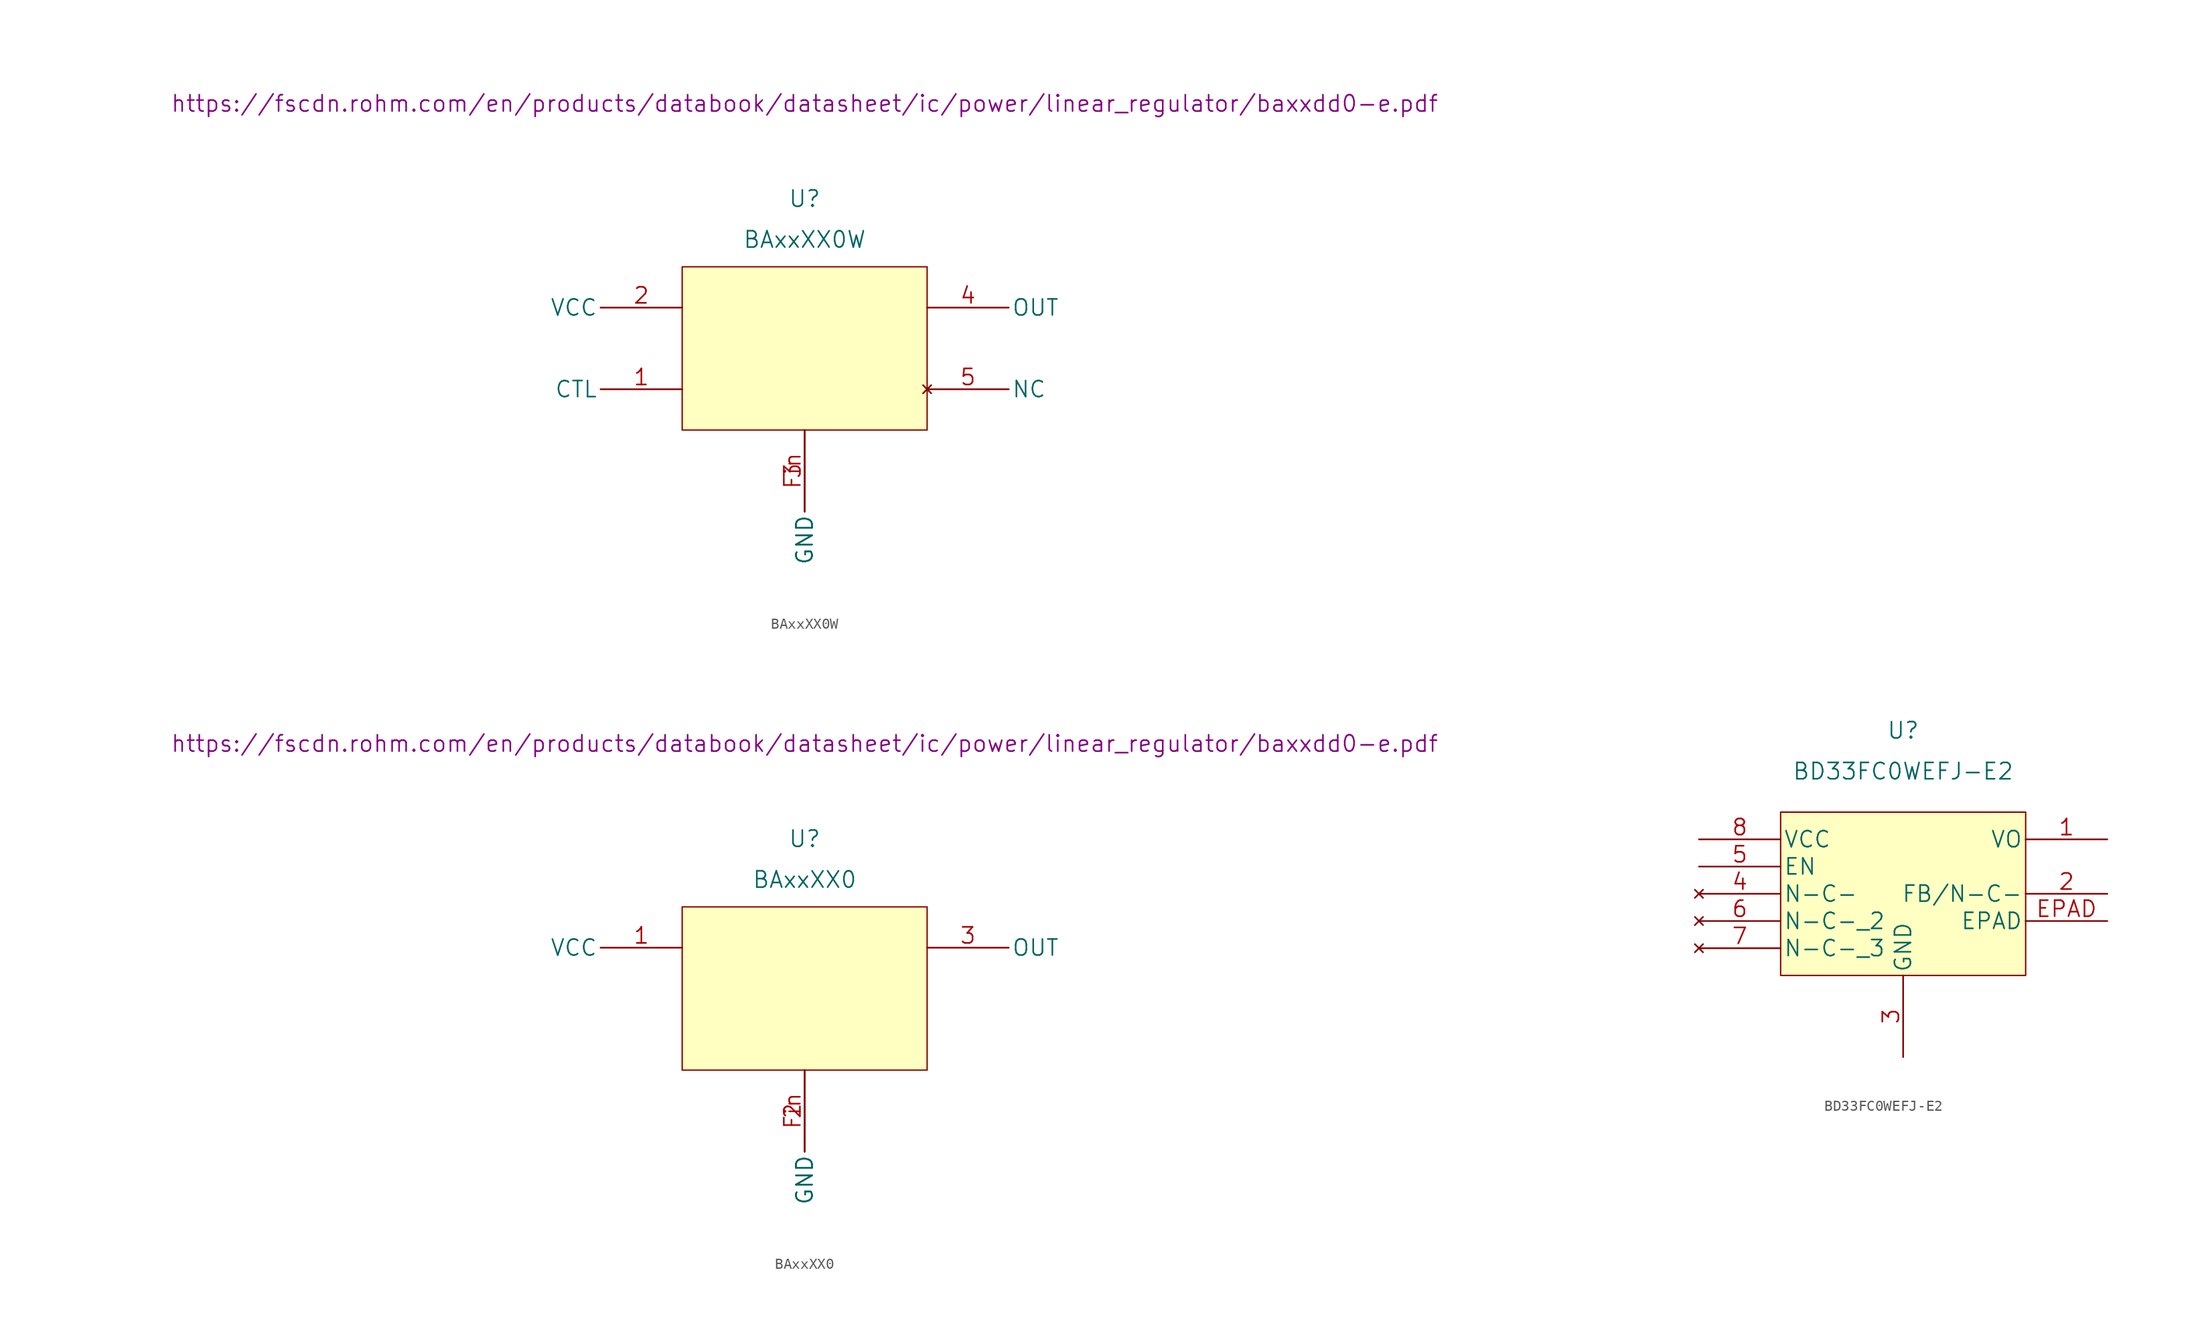
<source format=kicad_sym>
(kicad_symbol_lib
  (version 20211014)
  (generator kicad_symbol_editor)
  (symbol "BAxxXX0W"
    (pin_names
      (offset 0.254))
    (property "Reference" "U"
      (at 0 13.97 0)
      (effects (font (size 1.524 1.524))))
    (property "Value" "BAxxXX0W"
      (at 0 10.16 0)
      (effects (font (size 1.524 1.524))))
    (property "Datasheet" "https://fscdn.rohm.com/en/products/databook/datasheet/ic/power/linear_regulator/baxxdd0-e.pdf"
      (at 0 22.86 0)
      (effects (font (size 1.524 1.524))))
    (symbol "BAxxXX0W_1_1"
      (rectangle (start -11.43 7.62) (end 11.43 -7.62) (stroke (width 0.127) (type default) (color 0 0 0 0)) (fill (type background)))
      (pin input line (at -11.43 -3.81 180) (length 7.62) (name "CTL" (effects (font (size 1.499 1.499)))) (number "1" (effects (font (size 1.499 1.499)))))
      (pin power_in line (at -11.43 3.81 180) (length 7.62) (name "VCC" (effects (font (size 1.499 1.499)))) (number "2" (effects (font (size 1.499 1.499)))))
      (pin power_in line (at 0 -7.62 270) (length 7.62) (name "GND" (effects (font (size 1.499 1.499)))) (number "3" (effects (font (size 1.499 1.499)))))
      (pin power_out line (at 11.43 3.81 0) (length 7.62) (name "OUT" (effects (font (size 1.499 1.499)))) (number "4" (effects (font (size 1.499 1.499)))))
      (pin no_connect line (at 11.43 -3.81 0) (length 7.62) (name "NC" (effects (font (size 1.499 1.499)))) (number "5" (effects (font (size 1.499 1.499)))))
      (pin power_in line (at 0 -7.62 270) (length 7.62) (name "GND" (effects (font (size 1.499 1.499)))) (number "Fin" (effects (font (size 1.499 1.499)))))))
  (symbol "BAxxXX0"
    (pin_names
      (offset 0.254))
    (property "Reference" "U"
      (at 0 13.97 0)
      (effects (font (size 1.524 1.524))))
    (property "Value" "BAxxXX0"
      (at 0 10.16 0)
      (effects (font (size 1.524 1.524))))
    (property "Datasheet" "https://fscdn.rohm.com/en/products/databook/datasheet/ic/power/linear_regulator/baxxdd0-e.pdf"
      (at 0 22.86 0)
      (effects (font (size 1.524 1.524))))
    (symbol "BAxxXX0_1_1"
      (rectangle (start -11.43 7.62) (end 11.43 -7.62) (stroke (width 0.127) (type default) (color 0 0 0 0)) (fill (type background)))
      (pin power_in line (at -11.43 3.81 180) (length 7.62) (name "VCC" (effects (font (size 1.499 1.499)))) (number "1" (effects (font (size 1.499 1.499)))))
      (pin power_in line (at 0 -7.62 270) (length 7.62) (name "GND" (effects (font (size 1.499 1.499)))) (number "2" (effects (font (size 1.499 1.499)))))
      (pin power_out line (at 11.43 3.81 0) (length 7.62) (name "OUT" (effects (font (size 1.499 1.499)))) (number "3" (effects (font (size 1.499 1.499)))))
      (pin power_in line (at 0 -7.62 270) (length 7.62) (name "GND" (effects (font (size 1.499 1.499)))) (number "Fin" (effects (font (size 1.499 1.499)))))))
  (symbol "BD33FC0WEFJ-E2"
    (pin_names
      (offset 0.254))
    (property "Reference" "U"
      (at 0 15.24 0)
      (effects (font (size 1.524 1.524))))
    (property "Value" "BD33FC0WEFJ-E2"
      (at 0 11.43 0)
      (effects (font (size 1.524 1.524))))
    (property "Datasheet" ""
      (at -22.86 6.35 0)
      (effects (font (size 1.524 1.524))))
    (symbol "BD33FC0WEFJ-E2_1_1"
      (rectangle (start -11.43 7.62) (end 11.43 -7.62) (stroke (width 0.127) (type default) (color 0 0 0 0)) (fill (type background)))
      (pin unspecified line (at 19.05 5.08 180) (length 7.62) (name "VO" (effects (font (size 1.499 1.499)))) (number "1" (effects (font (size 1.499 1.499)))))
      (pin unspecified line (at 19.05 0 180) (length 7.62) (name "FB/N-C-" (effects (font (size 1.499 1.499)))) (number "2" (effects (font (size 1.499 1.499)))))
      (pin power_in line (at 0 -15.24 90) (length 7.62) (name "GND" (effects (font (size 1.499 1.499)))) (number "3" (effects (font (size 1.499 1.499)))))
      (pin no_connect line (at -19.05 0 0) (length 7.62) (name "N-C-" (effects (font (size 1.499 1.499)))) (number "4" (effects (font (size 1.499 1.499)))))
      (pin unspecified line (at -19.05 2.54 0) (length 7.62) (name "EN" (effects (font (size 1.499 1.499)))) (number "5" (effects (font (size 1.499 1.499)))))
      (pin no_connect line (at -19.05 -2.54 0) (length 7.62) (name "N-C-_2" (effects (font (size 1.499 1.499)))) (number "6" (effects (font (size 1.499 1.499)))))
      (pin no_connect line (at -19.05 -5.08 0) (length 7.62) (name "N-C-_3" (effects (font (size 1.499 1.499)))) (number "7" (effects (font (size 1.499 1.499)))))
      (pin power_in line (at -19.05 5.08 0) (length 7.62) (name "VCC" (effects (font (size 1.499 1.499)))) (number "8" (effects (font (size 1.499 1.499)))))
      (pin unspecified line (at 19.05 -2.54 180) (length 7.62) (name "EPAD" (effects (font (size 1.499 1.499)))) (number "EPAD" (effects (font (size 1.499 1.499))))))))
</source>
